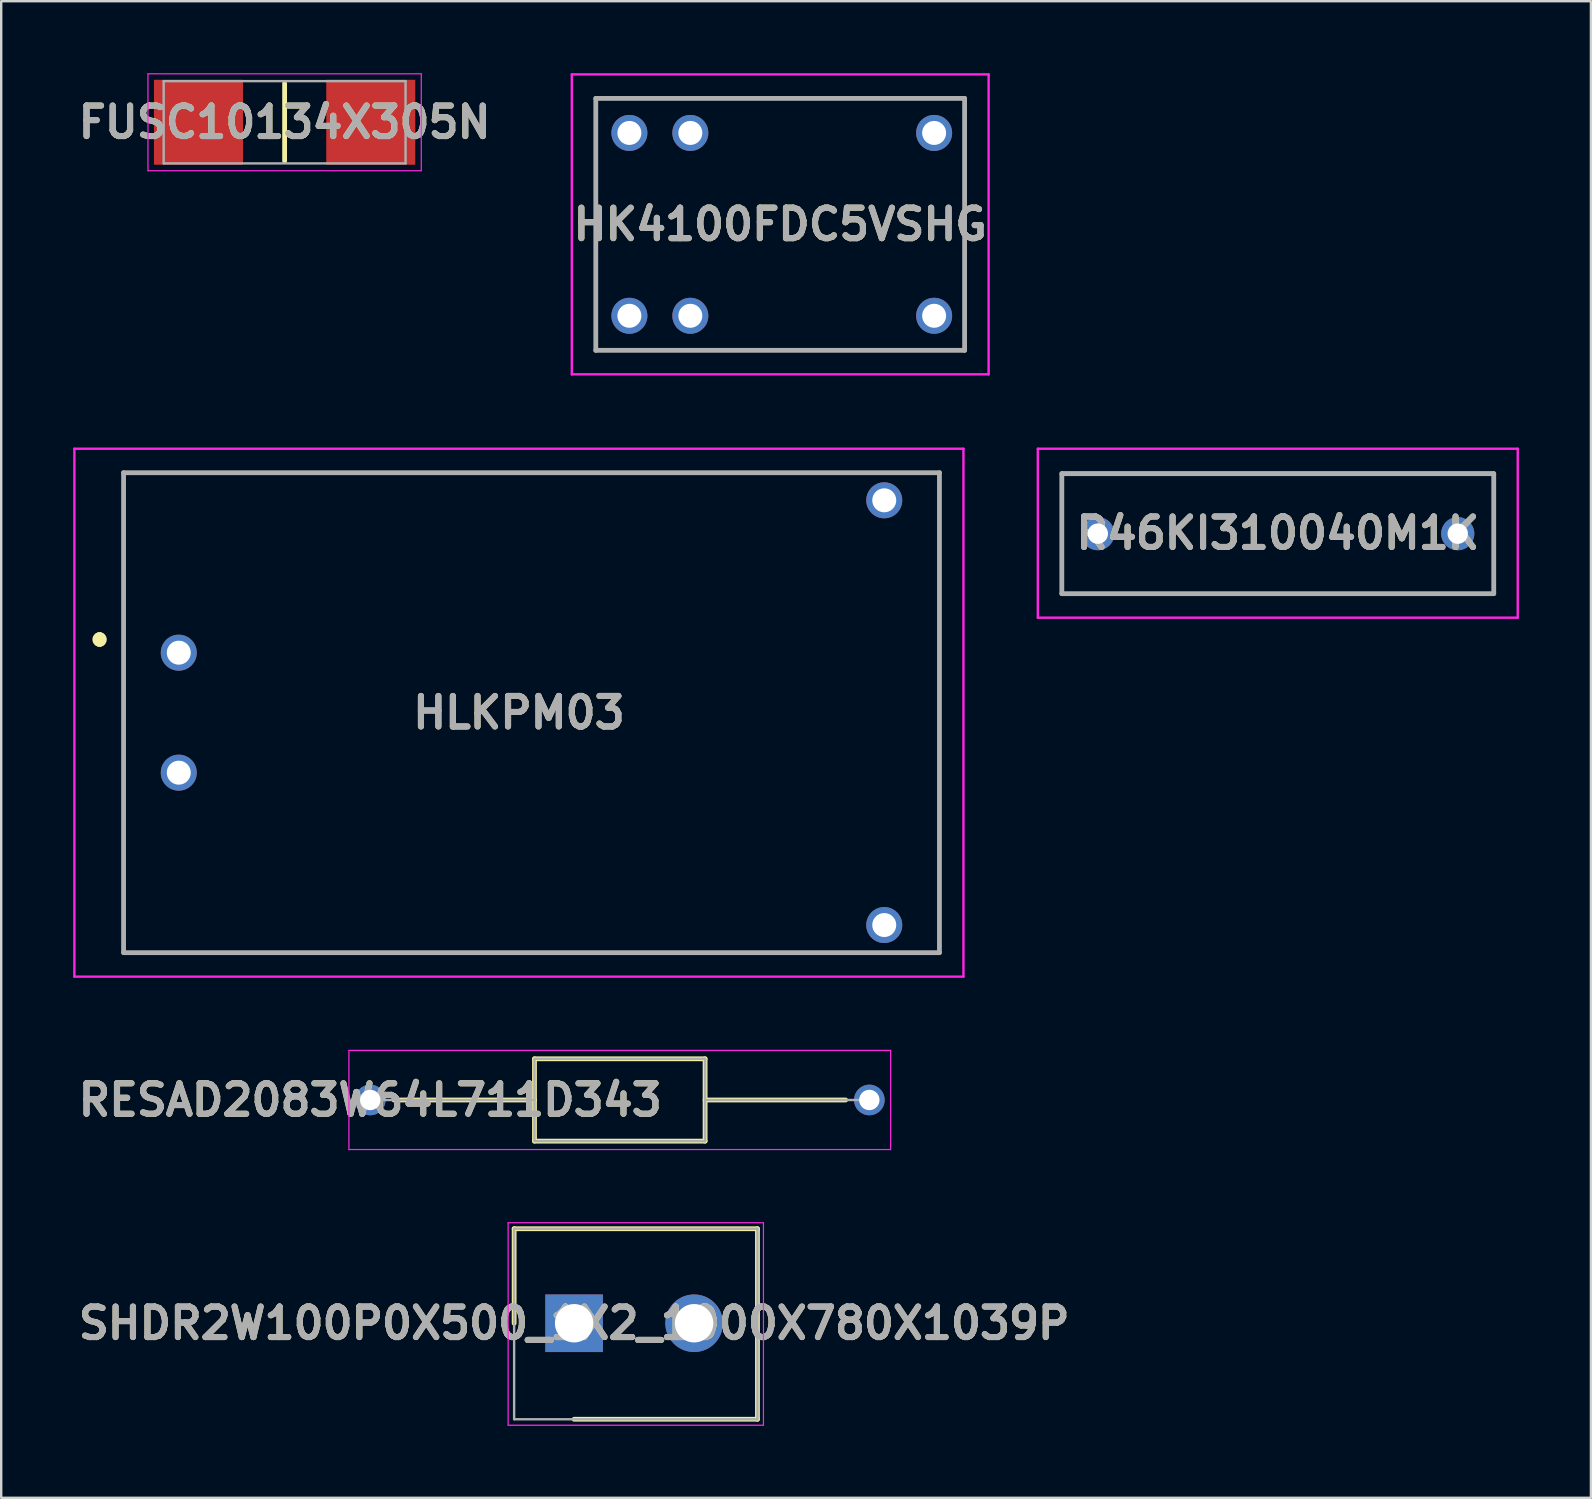
<source format=kicad_pcb>
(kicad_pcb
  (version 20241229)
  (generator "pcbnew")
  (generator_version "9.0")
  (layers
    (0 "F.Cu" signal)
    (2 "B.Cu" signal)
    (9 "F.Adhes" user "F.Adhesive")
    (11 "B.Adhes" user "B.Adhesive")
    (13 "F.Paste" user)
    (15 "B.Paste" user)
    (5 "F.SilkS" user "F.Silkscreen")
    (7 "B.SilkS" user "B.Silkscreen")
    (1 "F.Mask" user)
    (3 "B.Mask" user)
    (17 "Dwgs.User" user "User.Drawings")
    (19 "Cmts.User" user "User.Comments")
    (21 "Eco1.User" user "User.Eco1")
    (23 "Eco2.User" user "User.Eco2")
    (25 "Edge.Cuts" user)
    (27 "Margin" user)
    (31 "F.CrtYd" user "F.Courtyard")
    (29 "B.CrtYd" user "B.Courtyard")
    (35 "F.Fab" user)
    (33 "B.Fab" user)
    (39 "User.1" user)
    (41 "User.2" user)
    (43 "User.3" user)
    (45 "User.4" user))
  (footprint "FUSC10134X305N"
    (layer "F.Cu")
    (at 8.811 2.045)
    (property "Reference" "FUSC10134X305N" (at 0 0 0) (layer "F.SilkS") (effects (font (size 1.27 1.27) (thickness 0.254))))
    (attr smd)
    (fp_line (start 0 -1.615) (end 0 1.615) (stroke (width 0.2) (type solid)) (layer "F.SilkS"))
    (fp_line (start -5.695 -2.02) (end 5.695 -2.02) (stroke (width 0.05) (type solid)) (layer "F.CrtYd"))
    (fp_line (start -5.695 2.02) (end -5.695 -2.02) (stroke (width 0.05) (type solid)) (layer "F.CrtYd"))
    (fp_line (start 5.695 -2.02) (end 5.695 2.02) (stroke (width 0.05) (type solid)) (layer "F.CrtYd"))
    (fp_line (start 5.695 2.02) (end -5.695 2.02) (stroke (width 0.05) (type solid)) (layer "F.CrtYd"))
    (fp_line (start -5.04 -1.715) (end 5.04 -1.715) (stroke (width 0.1) (type solid)) (layer "F.Fab"))
    (fp_line (start -5.04 1.715) (end -5.04 -1.715) (stroke (width 0.1) (type solid)) (layer "F.Fab"))
    (fp_line (start 5.04 -1.715) (end 5.04 1.715) (stroke (width 0.1) (type solid)) (layer "F.Fab"))
    (fp_line (start 5.04 1.715) (end -5.04 1.715) (stroke (width 0.1) (type solid)) (layer "F.Fab"))
    (fp_text user "${REFERENCE}" (at 0 0 0) (layer "F.Fab") (effects (font (size 1.27 1.27) (thickness 0.254))))
    (pad "1" smd rect (at -3.59 0 90) (size 3.54 3.71) (layers "F.Cu" "F.Mask" "F.Paste"))
    (pad "2" smd rect (at 3.59 0 90) (size 3.54 3.71) (layers "F.Cu" "F.Mask" "F.Paste")))
  (footprint "HK4100FDC5VSHG"
    (layer "F.Cu")
    (at 23.179 2.49)
    (property "Reference" "HK4100FDC5VSHG" (at 6.285 3.81 0) (layer "F.SilkS") (effects (font (size 1.27 1.27) (thickness 0.254))))
    (attr through_hole)
    (fp_line (start -1.4 -1.44) (end -1.4 9.06) (stroke (width 0.1) (type solid)) (layer "F.SilkS"))
    (fp_line (start -1.4 9.06) (end 13.97 9.06) (stroke (width 0.1) (type solid)) (layer "F.SilkS"))
    (fp_line (start 13.97 -1.44) (end -1.4 -1.44) (stroke (width 0.1) (type solid)) (layer "F.SilkS"))
    (fp_line (start 13.97 9.06) (end 13.97 -1.44) (stroke (width 0.1) (type solid)) (layer "F.SilkS"))
    (fp_line (start -2.4 -2.44) (end -2.4 10.06) (stroke (width 0.1) (type solid)) (layer "F.CrtYd"))
    (fp_line (start -2.4 10.06) (end 14.97 10.06) (stroke (width 0.1) (type solid)) (layer "F.CrtYd"))
    (fp_line (start 14.97 -2.44) (end -2.4 -2.44) (stroke (width 0.1) (type solid)) (layer "F.CrtYd"))
    (fp_line (start 14.97 10.06) (end 14.97 -2.44) (stroke (width 0.1) (type solid)) (layer "F.CrtYd"))
    (fp_line (start -1.4 -1.44) (end -1.4 9.06) (stroke (width 0.2) (type solid)) (layer "F.Fab"))
    (fp_line (start -1.4 9.06) (end 13.97 9.06) (stroke (width 0.2) (type solid)) (layer "F.Fab"))
    (fp_line (start 13.97 -1.44) (end -1.4 -1.44) (stroke (width 0.2) (type solid)) (layer "F.Fab"))
    (fp_line (start 13.97 9.06) (end 13.97 -1.44) (stroke (width 0.2) (type solid)) (layer "F.Fab"))
    (fp_text user "${REFERENCE}" (at 6.285 3.81 0) (layer "F.Fab") (effects (font (size 1.27 1.27) (thickness 0.254))))
    (pad "1" thru_hole circle (at 0 0) (size 1.5 1.5) (drill 1) (layers "*.Cu" "*.Mask"))
    (pad "2" thru_hole circle (at 2.54 0) (size 1.5 1.5) (drill 1) (layers "*.Cu" "*.Mask"))
    (pad "3" thru_hole circle (at 12.7 0) (size 1.5 1.5) (drill 1) (layers "*.Cu" "*.Mask"))
    (pad "4" thru_hole circle (at 12.7 7.62) (size 1.5 1.5) (drill 1) (layers "*.Cu" "*.Mask"))
    (pad "5" thru_hole circle (at 2.54 7.62) (size 1.5 1.5) (drill 1) (layers "*.Cu" "*.Mask"))
    (pad "6" thru_hole circle (at 0 7.62) (size 1.5 1.5) (drill 1) (layers "*.Cu" "*.Mask")))
  (footprint "R46KI310040M1K"
    (layer "F.Cu")
    (at 42.7 19.19)
    (property "Reference" "R46KI310040M1K" (at 7.5 -0.02 0) (layer "F.SilkS") (effects (font (size 1.27 1.27) (thickness 0.254))))
    (attr through_hole)
    (fp_line (start -1.5 -2.54) (end 16.5 -2.54) (stroke (width 0.1) (type solid)) (layer "F.SilkS"))
    (fp_line (start -1.5 2.5) (end -1.5 -2.54) (stroke (width 0.1) (type solid)) (layer "F.SilkS"))
    (fp_line (start 16.5 -2.54) (end 16.5 2.5) (stroke (width 0.1) (type solid)) (layer "F.SilkS"))
    (fp_line (start 16.5 2.5) (end -1.5 2.5) (stroke (width 0.1) (type solid)) (layer "F.SilkS"))
    (fp_line (start -2.5 -3.54) (end 17.5 -3.54) (stroke (width 0.1) (type solid)) (layer "F.CrtYd"))
    (fp_line (start -2.5 3.5) (end -2.5 -3.54) (stroke (width 0.1) (type solid)) (layer "F.CrtYd"))
    (fp_line (start 17.5 -3.54) (end 17.5 3.5) (stroke (width 0.1) (type solid)) (layer "F.CrtYd"))
    (fp_line (start 17.5 3.5) (end -2.5 3.5) (stroke (width 0.1) (type solid)) (layer "F.CrtYd"))
    (fp_line (start -1.5 -2.5) (end 16.5 -2.5) (stroke (width 0.2) (type solid)) (layer "F.Fab"))
    (fp_line (start -1.5 2.5) (end -1.5 -2.5) (stroke (width 0.2) (type solid)) (layer "F.Fab"))
    (fp_line (start 16.5 -2.5) (end 16.5 2.5) (stroke (width 0.2) (type solid)) (layer "F.Fab"))
    (fp_line (start 16.5 2.5) (end -1.5 2.5) (stroke (width 0.2) (type solid)) (layer "F.Fab"))
    (fp_text user "${REFERENCE}" (at 7.5 -0.02 0) (layer "F.Fab") (effects (font (size 1.27 1.27) (thickness 0.254))))
    (pad "1" thru_hole circle (at 0 0) (size 1.381 1.381) (drill 0.85) (layers "*.Cu" "*.Mask"))
    (pad "2" thru_hole circle (at 15 0) (size 1.381 1.381) (drill 0.85) (layers "*.Cu" "*.Mask")))
  (footprint "SHDR2W100P0X500_1X2_1000X780X1039P"
    (layer "F.Cu")
    (at 20.876 52.095)
    (property "Reference" "SHDR2W100P0X500_1X2_1000X780X1039P" (at 0 0 0) (layer "F.SilkS") (effects (font (size 1.27 1.27) (thickness 0.254))))
    (attr through_hole)
    (fp_line (start -2.5 -3.94) (end -2.5 0) (stroke (width 0.2) (type solid)) (layer "F.SilkS"))
    (fp_line (start 0 4) (end 7.64 4) (stroke (width 0.2) (type solid)) (layer "F.SilkS"))
    (fp_line (start 7.64 -3.94) (end -2.5 -3.94) (stroke (width 0.2) (type solid)) (layer "F.SilkS"))
    (fp_line (start 7.64 4) (end 7.64 -3.94) (stroke (width 0.2) (type solid)) (layer "F.SilkS"))
    (fp_line (start -2.75 -4.19) (end 7.89 -4.19) (stroke (width 0.05) (type solid)) (layer "F.CrtYd"))
    (fp_line (start -2.75 4.25) (end -2.75 -4.19) (stroke (width 0.05) (type solid)) (layer "F.CrtYd"))
    (fp_line (start 7.89 -4.19) (end 7.89 4.25) (stroke (width 0.05) (type solid)) (layer "F.CrtYd"))
    (fp_line (start 7.89 4.25) (end -2.75 4.25) (stroke (width 0.05) (type solid)) (layer "F.CrtYd"))
    (fp_line (start -2.5 -3.94) (end 7.64 -3.94) (stroke (width 0.1) (type solid)) (layer "F.Fab"))
    (fp_line (start -2.5 4) (end -2.5 -3.94) (stroke (width 0.1) (type solid)) (layer "F.Fab"))
    (fp_line (start 7.64 -3.94) (end 7.64 4) (stroke (width 0.1) (type solid)) (layer "F.Fab"))
    (fp_line (start 7.64 4) (end -2.5 4) (stroke (width 0.1) (type solid)) (layer "F.Fab"))
    (fp_text user "${REFERENCE}" (at 0 0 0) (layer "F.Fab") (effects (font (size 1.27 1.27) (thickness 0.254))))
    (pad "1" thru_hole rect (at 0 0) (size 2.4 2.4) (drill 1.6) (layers "*.Cu" "*.Mask"))
    (pad "2" thru_hole circle (at 5 0) (size 2.4 2.4) (drill 1.6) (layers "*.Cu" "*.Mask")))
  (footprint "RESAD2083W64L711D343"
    (layer "F.Cu")
    (at 12.379 42.79)
    (property "Reference" "RESAD2083W64L711D343" (at 0 0 0) (layer "F.SilkS") (effects (font (size 1.27 1.27) (thickness 0.254))))
    (attr through_hole)
    (fp_line (start 0.988 0) (end 6.845 0) (stroke (width 0.2) (type solid)) (layer "F.SilkS"))
    (fp_line (start 6.845 -1.715) (end 13.955 -1.715) (stroke (width 0.2) (type solid)) (layer "F.SilkS"))
    (fp_line (start 6.845 1.715) (end 6.845 -1.715) (stroke (width 0.2) (type solid)) (layer "F.SilkS"))
    (fp_line (start 13.955 -1.715) (end 13.955 1.715) (stroke (width 0.2) (type solid)) (layer "F.SilkS"))
    (fp_line (start 13.955 0) (end 19.812 0) (stroke (width 0.2) (type solid)) (layer "F.SilkS"))
    (fp_line (start 13.955 1.715) (end 6.845 1.715) (stroke (width 0.2) (type solid)) (layer "F.SilkS"))
    (fp_line (start -0.888 -2.065) (end 21.687 -2.065) (stroke (width 0.05) (type solid)) (layer "F.CrtYd"))
    (fp_line (start -0.888 2.065) (end -0.888 -2.065) (stroke (width 0.05) (type solid)) (layer "F.CrtYd"))
    (fp_line (start 21.687 -2.065) (end 21.687 2.065) (stroke (width 0.05) (type solid)) (layer "F.CrtYd"))
    (fp_line (start 21.687 2.065) (end -0.888 2.065) (stroke (width 0.05) (type solid)) (layer "F.CrtYd"))
    (fp_line (start 0 0) (end 6.845 0) (stroke (width 0.1) (type solid)) (layer "F.Fab"))
    (fp_line (start 6.845 -1.715) (end 13.955 -1.715) (stroke (width 0.1) (type solid)) (layer "F.Fab"))
    (fp_line (start 6.845 1.715) (end 6.845 -1.715) (stroke (width 0.1) (type solid)) (layer "F.Fab"))
    (fp_line (start 13.955 -1.715) (end 13.955 1.715) (stroke (width 0.1) (type solid)) (layer "F.Fab"))
    (fp_line (start 13.955 0) (end 20.8 0) (stroke (width 0.1) (type solid)) (layer "F.Fab"))
    (fp_line (start 13.955 1.715) (end 6.845 1.715) (stroke (width 0.1) (type solid)) (layer "F.Fab"))
    (fp_text user "${REFERENCE}" (at 0 0 0) (layer "F.Fab") (effects (font (size 1.27 1.27) (thickness 0.254))))
    (pad "1" thru_hole circle (at 0 0) (size 1.275 1.275) (drill 0.85) (layers "*.Cu" "*.Mask"))
    (pad "2" thru_hole circle (at 20.8 0) (size 1.275 1.275) (drill 0.85) (layers "*.Cu" "*.Mask")))
  (footprint "HLKPM03"
    (layer "F.Cu")
    (at 4.4 24.15)
    (property "Reference" "HLKPM03" (at 14.175 2.5 0) (layer "F.SilkS") (effects (font (size 1.27 1.27) (thickness 0.254))))
    (attr through_hole)
    (fp_line (start -3.3 -0.6) (end -3.3 -0.6) (stroke (width 0.5) (type solid)) (layer "F.SilkS"))
    (fp_line (start -3.3 -0.5) (end -3.3 -0.5) (stroke (width 0.5) (type solid)) (layer "F.SilkS"))
    (fp_line (start -2.3 -7.5) (end 31.7 -7.5) (stroke (width 0.1) (type solid)) (layer "F.SilkS"))
    (fp_line (start -2.3 12.5) (end -2.3 -7.5) (stroke (width 0.1) (type solid)) (layer "F.SilkS"))
    (fp_line (start 31.7 -7.5) (end 31.7 12.5) (stroke (width 0.1) (type solid)) (layer "F.SilkS"))
    (fp_line (start 31.7 12.5) (end -2.3 12.5) (stroke (width 0.1) (type solid)) (layer "F.SilkS"))
    (fp_arc (start -3.3 -0.6) (mid -3.25 -0.55) (end -3.3 -0.5) (stroke (width 0.5) (type solid)) (layer "F.SilkS"))
    (fp_arc (start -3.3 -0.5) (mid -3.35 -0.55) (end -3.3 -0.6) (stroke (width 0.5) (type solid)) (layer "F.SilkS"))
    (fp_line (start -4.35 -8.5) (end 32.7 -8.5) (stroke (width 0.1) (type solid)) (layer "F.CrtYd"))
    (fp_line (start -4.35 13.5) (end -4.35 -8.5) (stroke (width 0.1) (type solid)) (layer "F.CrtYd"))
    (fp_line (start 32.7 -8.5) (end 32.7 13.5) (stroke (width 0.1) (type solid)) (layer "F.CrtYd"))
    (fp_line (start 32.7 13.5) (end -4.35 13.5) (stroke (width 0.1) (type solid)) (layer "F.CrtYd"))
    (fp_line (start -2.3 -7.5) (end 31.7 -7.5) (stroke (width 0.2) (type solid)) (layer "F.Fab"))
    (fp_line (start -2.3 12.5) (end -2.3 -7.5) (stroke (width 0.2) (type solid)) (layer "F.Fab"))
    (fp_line (start 31.7 -7.5) (end 31.7 12.5) (stroke (width 0.2) (type solid)) (layer "F.Fab"))
    (fp_line (start 31.7 12.5) (end -2.3 12.5) (stroke (width 0.2) (type solid)) (layer "F.Fab"))
    (fp_text user "${REFERENCE}" (at 14.175 2.5 0) (layer "F.Fab") (effects (font (size 1.27 1.27) (thickness 0.254))))
    (pad "1" thru_hole circle (at 0 0) (size 1.5 1.5) (drill 1) (layers "*.Cu" "*.Mask"))
    (pad "2" thru_hole circle (at 0 5) (size 1.5 1.5) (drill 1) (layers "*.Cu" "*.Mask"))
    (pad "3" thru_hole circle (at 29.4 -6.35) (size 1.5 1.5) (drill 1) (layers "*.Cu" "*.Mask"))
    (pad "4" thru_hole circle (at 29.4 11.35) (size 1.5 1.5) (drill 1) (layers "*.Cu" "*.Mask")))
  (gr_rect
    (start -3 -3)
    (end 63.25 59.37)
    (stroke (width 0.1) (type default))
    (fill no)
    (layer "Edge.Cuts")))
</source>
